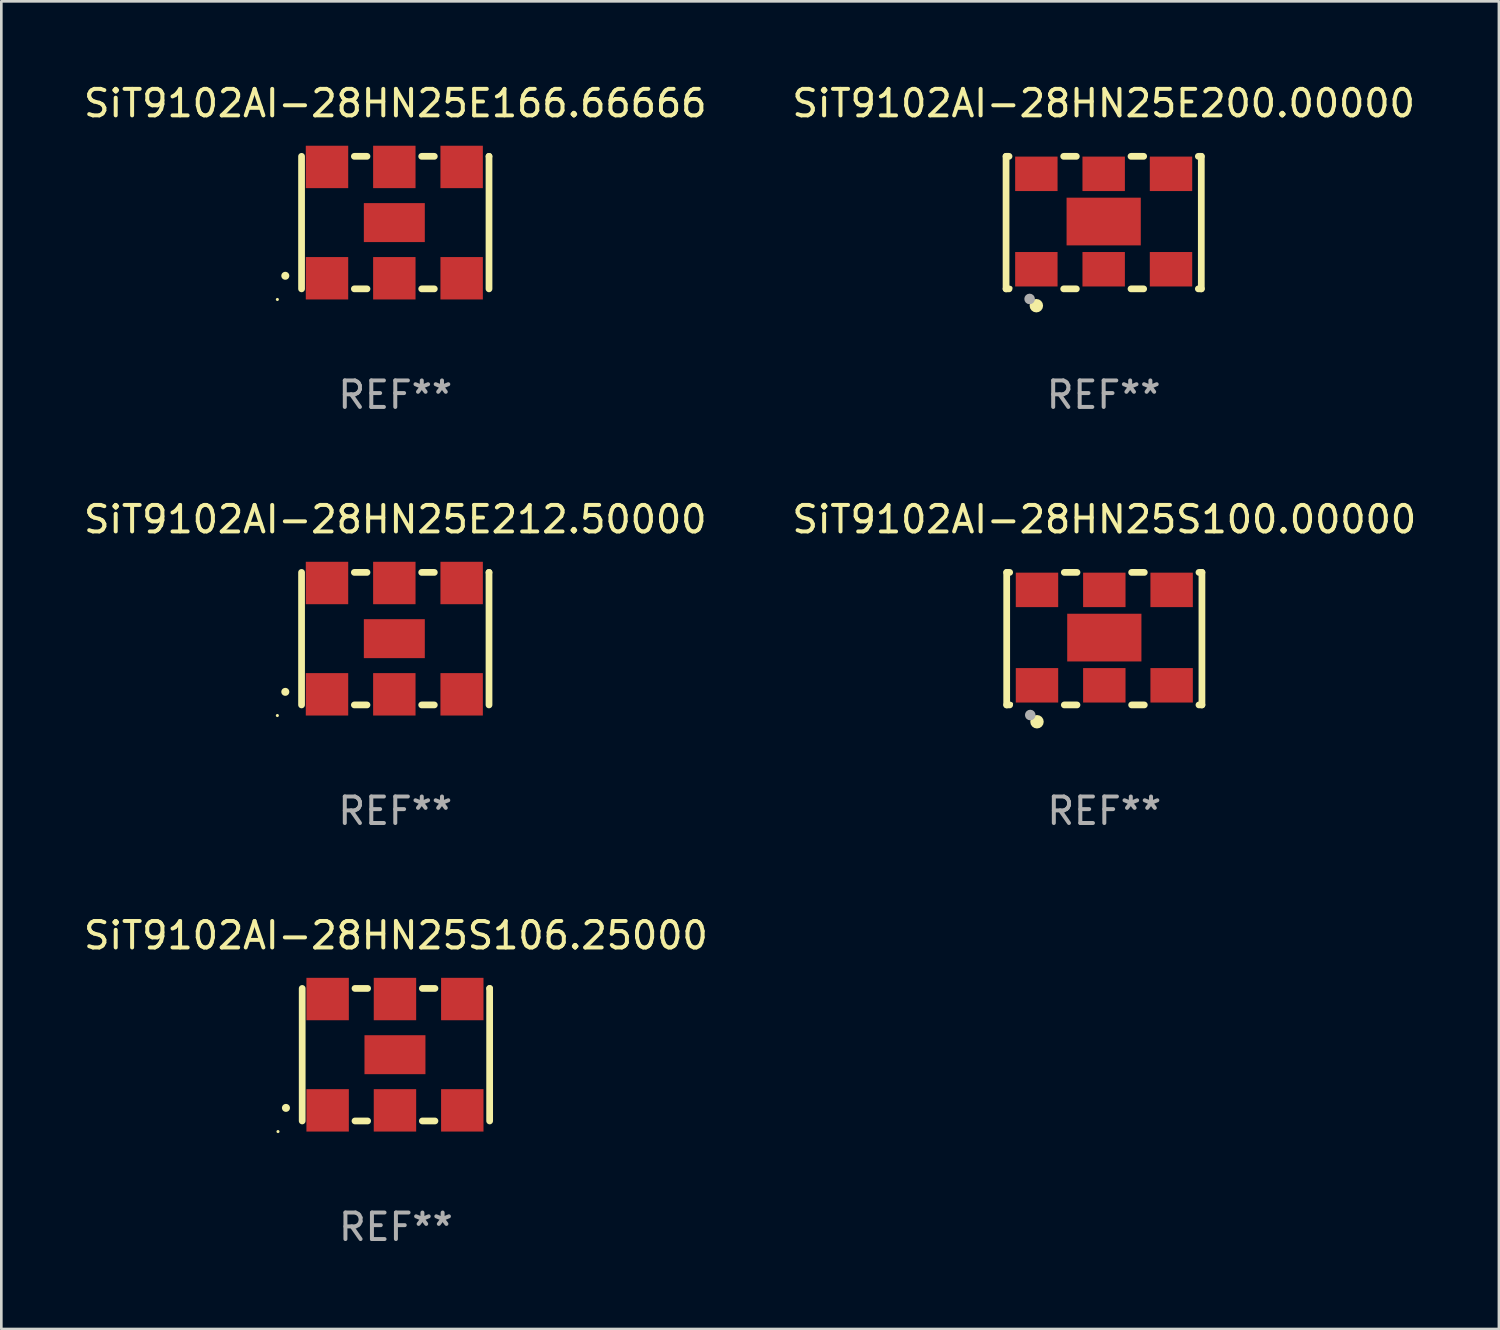
<source format=kicad_pcb>
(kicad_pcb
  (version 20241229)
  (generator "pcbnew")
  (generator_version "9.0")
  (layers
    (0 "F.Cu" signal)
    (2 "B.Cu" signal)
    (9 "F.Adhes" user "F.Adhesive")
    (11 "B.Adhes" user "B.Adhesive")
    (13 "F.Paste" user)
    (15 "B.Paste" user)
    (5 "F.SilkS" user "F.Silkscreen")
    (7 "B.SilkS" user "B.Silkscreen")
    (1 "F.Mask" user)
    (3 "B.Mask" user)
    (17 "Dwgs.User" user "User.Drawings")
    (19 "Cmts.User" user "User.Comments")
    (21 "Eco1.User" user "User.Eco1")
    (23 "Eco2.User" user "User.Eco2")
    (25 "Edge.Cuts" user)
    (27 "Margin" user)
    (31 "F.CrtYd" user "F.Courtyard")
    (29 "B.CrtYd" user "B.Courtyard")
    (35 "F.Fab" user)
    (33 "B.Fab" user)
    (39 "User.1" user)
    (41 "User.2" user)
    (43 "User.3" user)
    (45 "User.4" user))
  (footprint "SiT9102AI-28HN25S100.00000"
    (layer "F.Cu")
    (at 38.613 21.045)
    (property "Reference" "SiT9102AI-28HN25S100.00000" (at 0 -4.5 0) (layer "F.SilkS") (effects (font (size 1 1) (thickness 0.15))))
    (attr through_hole)
    (fp_line (start -3.683 -2.5) (end -3.571 -2.5) (stroke (width 0.254) (type solid)) (layer "F.SilkS"))
    (fp_line (start -3.683 2.5) (end -3.683 -2.5) (stroke (width 0.254) (type solid)) (layer "F.SilkS"))
    (fp_line (start -3.683 2.5) (end -3.571 2.5) (stroke (width 0.254) (type solid)) (layer "F.SilkS"))
    (fp_line (start -1.509 -2.5) (end -1.031 -2.5) (stroke (width 0.254) (type solid)) (layer "F.SilkS"))
    (fp_line (start -1.509 2.5) (end -1.031 2.5) (stroke (width 0.254) (type solid)) (layer "F.SilkS"))
    (fp_line (start 1.031 -2.5) (end 1.509 -2.5) (stroke (width 0.254) (type solid)) (layer "F.SilkS"))
    (fp_line (start 1.031 2.5) (end 1.509 2.5) (stroke (width 0.254) (type solid)) (layer "F.SilkS"))
    (fp_line (start 3.571 -2.5) (end 3.683 -2.5) (stroke (width 0.254) (type solid)) (layer "F.SilkS"))
    (fp_line (start 3.571 2.5) (end 3.683 2.5) (stroke (width 0.254) (type solid)) (layer "F.SilkS"))
    (fp_line (start 3.683 2.5) (end 3.683 -2.5) (stroke (width 0.254) (type solid)) (layer "F.SilkS"))
    (fp_circle (center -3.5 2.46) (end -3.47 2.46) (stroke (width 0.06) (type solid)) (fill no) (layer "F.SilkS"))
    (fp_circle (center -2.54 3.135) (end -2.413 3.135) (stroke (width 0.254) (type solid)) (fill no) (layer "F.SilkS"))
    (fp_circle (center -2.794 2.881) (end -2.694 2.881) (stroke (width 0.2) (type solid)) (fill no) (layer "F.Fab"))
    (fp_text user "REF**" (at 0 6.5 0) (layer "F.Fab") (effects (font (size 1 1) (thickness 0.15))))
    (pad "1" smd rect (at -2.54 1.76) (size 1.6 1.3) (layers "F.Cu" "F.Mask" "F.Paste"))
    (pad "2" smd rect (at 0 1.76) (size 1.6 1.3) (layers "F.Cu" "F.Mask" "F.Paste"))
    (pad "3" smd rect (at 2.54 1.76) (size 1.6 1.3) (layers "F.Cu" "F.Mask" "F.Paste"))
    (pad "4" smd rect (at 2.54 -1.84) (size 1.6 1.3) (layers "F.Cu" "F.Mask" "F.Paste"))
    (pad "5" smd rect (at 0 -1.84) (size 1.6 1.3) (layers "F.Cu" "F.Mask" "F.Paste"))
    (pad "6" smd rect (at -2.54 -1.84) (size 1.6 1.3) (layers "F.Cu" "F.Mask" "F.Paste"))
    (pad "7" smd rect (at 0 -0.04) (size 2.8 1.8) (layers "F.Cu" "F.Mask" "F.Paste")))
  (footprint "SiT9102AI-28HN25E200.00000"
    (layer "F.Cu")
    (at 38.589 5.348)
    (property "Reference" "SiT9102AI-28HN25E200.00000" (at 0 -4.5 0) (layer "F.SilkS") (effects (font (size 1 1) (thickness 0.15))))
    (attr through_hole)
    (fp_line (start -3.683 -2.5) (end -3.571 -2.5) (stroke (width 0.254) (type solid)) (layer "F.SilkS"))
    (fp_line (start -3.683 2.5) (end -3.683 -2.5) (stroke (width 0.254) (type solid)) (layer "F.SilkS"))
    (fp_line (start -3.683 2.5) (end -3.571 2.5) (stroke (width 0.254) (type solid)) (layer "F.SilkS"))
    (fp_line (start -1.509 -2.5) (end -1.031 -2.5) (stroke (width 0.254) (type solid)) (layer "F.SilkS"))
    (fp_line (start -1.509 2.5) (end -1.031 2.5) (stroke (width 0.254) (type solid)) (layer "F.SilkS"))
    (fp_line (start 1.031 -2.5) (end 1.509 -2.5) (stroke (width 0.254) (type solid)) (layer "F.SilkS"))
    (fp_line (start 1.031 2.5) (end 1.509 2.5) (stroke (width 0.254) (type solid)) (layer "F.SilkS"))
    (fp_line (start 3.571 -2.5) (end 3.683 -2.5) (stroke (width 0.254) (type solid)) (layer "F.SilkS"))
    (fp_line (start 3.571 2.5) (end 3.683 2.5) (stroke (width 0.254) (type solid)) (layer "F.SilkS"))
    (fp_line (start 3.683 2.5) (end 3.683 -2.5) (stroke (width 0.254) (type solid)) (layer "F.SilkS"))
    (fp_circle (center -3.5 2.46) (end -3.47 2.46) (stroke (width 0.06) (type solid)) (fill no) (layer "F.SilkS"))
    (fp_circle (center -2.54 3.135) (end -2.413 3.135) (stroke (width 0.254) (type solid)) (fill no) (layer "F.SilkS"))
    (fp_circle (center -2.794 2.881) (end -2.694 2.881) (stroke (width 0.2) (type solid)) (fill no) (layer "F.Fab"))
    (fp_text user "REF**" (at 0 6.5 0) (layer "F.Fab") (effects (font (size 1 1) (thickness 0.15))))
    (pad "1" smd rect (at -2.54 1.76) (size 1.6 1.3) (layers "F.Cu" "F.Mask" "F.Paste"))
    (pad "2" smd rect (at 0 1.76) (size 1.6 1.3) (layers "F.Cu" "F.Mask" "F.Paste"))
    (pad "3" smd rect (at 2.54 1.76) (size 1.6 1.3) (layers "F.Cu" "F.Mask" "F.Paste"))
    (pad "4" smd rect (at 2.54 -1.84) (size 1.6 1.3) (layers "F.Cu" "F.Mask" "F.Paste"))
    (pad "5" smd rect (at 0 -1.84) (size 1.6 1.3) (layers "F.Cu" "F.Mask" "F.Paste"))
    (pad "6" smd rect (at -2.54 -1.84) (size 1.6 1.3) (layers "F.Cu" "F.Mask" "F.Paste"))
    (pad "7" smd rect (at 0 -0.04) (size 2.8 1.8) (layers "F.Cu" "F.Mask" "F.Paste")))
  (footprint "SiT9102AI-28HN25E212.50000"
    (layer "F.Cu")
    (at 11.863 21.045)
    (property "Reference" "SiT9102AI-28HN25E212.50000" (at 0 -4.5 0) (layer "F.SilkS") (effects (font (size 1 1) (thickness 0.15))))
    (attr through_hole)
    (fp_line (start -3.536 -2.5) (end -3.536 2.5) (stroke (width 0.254) (type solid)) (layer "F.SilkS"))
    (fp_line (start -1.544 2.5) (end -1.067 2.5) (stroke (width 0.254) (type solid)) (layer "F.SilkS"))
    (fp_line (start -1.067 -2.5) (end -1.544 -2.5) (stroke (width 0.254) (type solid)) (layer "F.SilkS"))
    (fp_line (start 0.996 2.5) (end 1.473 2.5) (stroke (width 0.254) (type solid)) (layer "F.SilkS"))
    (fp_line (start 1.473 -2.5) (end 0.996 -2.5) (stroke (width 0.254) (type solid)) (layer "F.SilkS"))
    (fp_line (start 3.536 -2.5) (end 3.536 -2.5) (stroke (width 0.254) (type solid)) (layer "F.SilkS"))
    (fp_line (start 3.536 2.5) (end 3.536 -2.5) (stroke (width 0.254) (type solid)) (layer "F.SilkS"))
    (fp_arc (start -4.150432 2.006604) (mid -4.149162 2.006599) (end -4.147892 2.006604) (stroke (width 0.3) (type solid)) (layer "F.SilkS"))
    (fp_circle (center -4.449 2.9) (end -4.419 2.9) (stroke (width 0.06) (type solid)) (fill no) (layer "F.SilkS"))
    (fp_text user "REF**" (at 0 6.5 0) (layer "F.Fab") (effects (font (size 1 1) (thickness 0.15))))
    (pad "1" smd rect (at -2.576 2.1) (size 1.6 1.6) (layers "F.Cu" "F.Mask" "F.Paste"))
    (pad "2" smd rect (at -0.036 2.1) (size 1.6 1.6) (layers "F.Cu" "F.Mask" "F.Paste"))
    (pad "3" smd rect (at 2.504 2.1) (size 1.6 1.6) (layers "F.Cu" "F.Mask" "F.Paste"))
    (pad "4" smd rect (at 2.504 -2.1) (size 1.6 1.6) (layers "F.Cu" "F.Mask" "F.Paste"))
    (pad "5" smd rect (at -0.036 -2.1) (size 1.6 1.6) (layers "F.Cu" "F.Mask" "F.Paste"))
    (pad "6" smd rect (at -2.576 -2.1) (size 1.6 1.6) (layers "F.Cu" "F.Mask" "F.Paste"))
    (pad "7" smd rect (at -0.036 0) (size 2.3 1.47) (layers "F.Cu" "F.Mask" "F.Paste")))
  (footprint "SiT9102AI-28HN25S106.25000"
    (layer "F.Cu")
    (at 11.887 36.741)
    (property "Reference" "SiT9102AI-28HN25S106.25000" (at 0 -4.5 0) (layer "F.SilkS") (effects (font (size 1 1) (thickness 0.15))))
    (attr through_hole)
    (fp_line (start -3.536 -2.5) (end -3.536 2.5) (stroke (width 0.254) (type solid)) (layer "F.SilkS"))
    (fp_line (start -1.544 2.5) (end -1.067 2.5) (stroke (width 0.254) (type solid)) (layer "F.SilkS"))
    (fp_line (start -1.067 -2.5) (end -1.544 -2.5) (stroke (width 0.254) (type solid)) (layer "F.SilkS"))
    (fp_line (start 0.996 2.5) (end 1.473 2.5) (stroke (width 0.254) (type solid)) (layer "F.SilkS"))
    (fp_line (start 1.473 -2.5) (end 0.996 -2.5) (stroke (width 0.254) (type solid)) (layer "F.SilkS"))
    (fp_line (start 3.536 -2.5) (end 3.536 -2.5) (stroke (width 0.254) (type solid)) (layer "F.SilkS"))
    (fp_line (start 3.536 2.5) (end 3.536 -2.5) (stroke (width 0.254) (type solid)) (layer "F.SilkS"))
    (fp_arc (start -4.150432 2.006604) (mid -4.149162 2.006599) (end -4.147892 2.006604) (stroke (width 0.3) (type solid)) (layer "F.SilkS"))
    (fp_circle (center -4.449 2.9) (end -4.419 2.9) (stroke (width 0.06) (type solid)) (fill no) (layer "F.SilkS"))
    (fp_text user "REF**" (at 0 6.5 0) (layer "F.Fab") (effects (font (size 1 1) (thickness 0.15))))
    (pad "1" smd rect (at -2.576 2.1) (size 1.6 1.6) (layers "F.Cu" "F.Mask" "F.Paste"))
    (pad "2" smd rect (at -0.036 2.1) (size 1.6 1.6) (layers "F.Cu" "F.Mask" "F.Paste"))
    (pad "3" smd rect (at 2.504 2.1) (size 1.6 1.6) (layers "F.Cu" "F.Mask" "F.Paste"))
    (pad "4" smd rect (at 2.504 -2.1) (size 1.6 1.6) (layers "F.Cu" "F.Mask" "F.Paste"))
    (pad "5" smd rect (at -0.036 -2.1) (size 1.6 1.6) (layers "F.Cu" "F.Mask" "F.Paste"))
    (pad "6" smd rect (at -2.576 -2.1) (size 1.6 1.6) (layers "F.Cu" "F.Mask" "F.Paste"))
    (pad "7" smd rect (at -0.036 0) (size 2.3 1.47) (layers "F.Cu" "F.Mask" "F.Paste")))
  (footprint "SiT9102AI-28HN25E166.66666"
    (layer "F.Cu")
    (at 11.863 5.348)
    (property "Reference" "SiT9102AI-28HN25E166.66666" (at 0 -4.5 0) (layer "F.SilkS") (effects (font (size 1 1) (thickness 0.15))))
    (attr through_hole)
    (fp_line (start -3.536 -2.5) (end -3.536 2.5) (stroke (width 0.254) (type solid)) (layer "F.SilkS"))
    (fp_line (start -1.544 2.5) (end -1.067 2.5) (stroke (width 0.254) (type solid)) (layer "F.SilkS"))
    (fp_line (start -1.067 -2.5) (end -1.544 -2.5) (stroke (width 0.254) (type solid)) (layer "F.SilkS"))
    (fp_line (start 0.996 2.5) (end 1.473 2.5) (stroke (width 0.254) (type solid)) (layer "F.SilkS"))
    (fp_line (start 1.473 -2.5) (end 0.996 -2.5) (stroke (width 0.254) (type solid)) (layer "F.SilkS"))
    (fp_line (start 3.536 -2.5) (end 3.536 -2.5) (stroke (width 0.254) (type solid)) (layer "F.SilkS"))
    (fp_line (start 3.536 2.5) (end 3.536 -2.5) (stroke (width 0.254) (type solid)) (layer "F.SilkS"))
    (fp_arc (start -4.150432 2.006604) (mid -4.149162 2.006599) (end -4.147892 2.006604) (stroke (width 0.3) (type solid)) (layer "F.SilkS"))
    (fp_circle (center -4.449 2.9) (end -4.419 2.9) (stroke (width 0.06) (type solid)) (fill no) (layer "F.SilkS"))
    (fp_text user "REF**" (at 0 6.5 0) (layer "F.Fab") (effects (font (size 1 1) (thickness 0.15))))
    (pad "1" smd rect (at -2.576 2.1) (size 1.6 1.6) (layers "F.Cu" "F.Mask" "F.Paste"))
    (pad "2" smd rect (at -0.036 2.1) (size 1.6 1.6) (layers "F.Cu" "F.Mask" "F.Paste"))
    (pad "3" smd rect (at 2.504 2.1) (size 1.6 1.6) (layers "F.Cu" "F.Mask" "F.Paste"))
    (pad "4" smd rect (at 2.504 -2.1) (size 1.6 1.6) (layers "F.Cu" "F.Mask" "F.Paste"))
    (pad "5" smd rect (at -0.036 -2.1) (size 1.6 1.6) (layers "F.Cu" "F.Mask" "F.Paste"))
    (pad "6" smd rect (at -2.576 -2.1) (size 1.6 1.6) (layers "F.Cu" "F.Mask" "F.Paste"))
    (pad "7" smd rect (at -0.036 0) (size 2.3 1.47) (layers "F.Cu" "F.Mask" "F.Paste")))
  (gr_rect
    (start -3 -3)
    (end 53.5 47.09)
    (stroke (width 0.1) (type default))
    (fill no)
    (layer "Edge.Cuts")))
</source>
